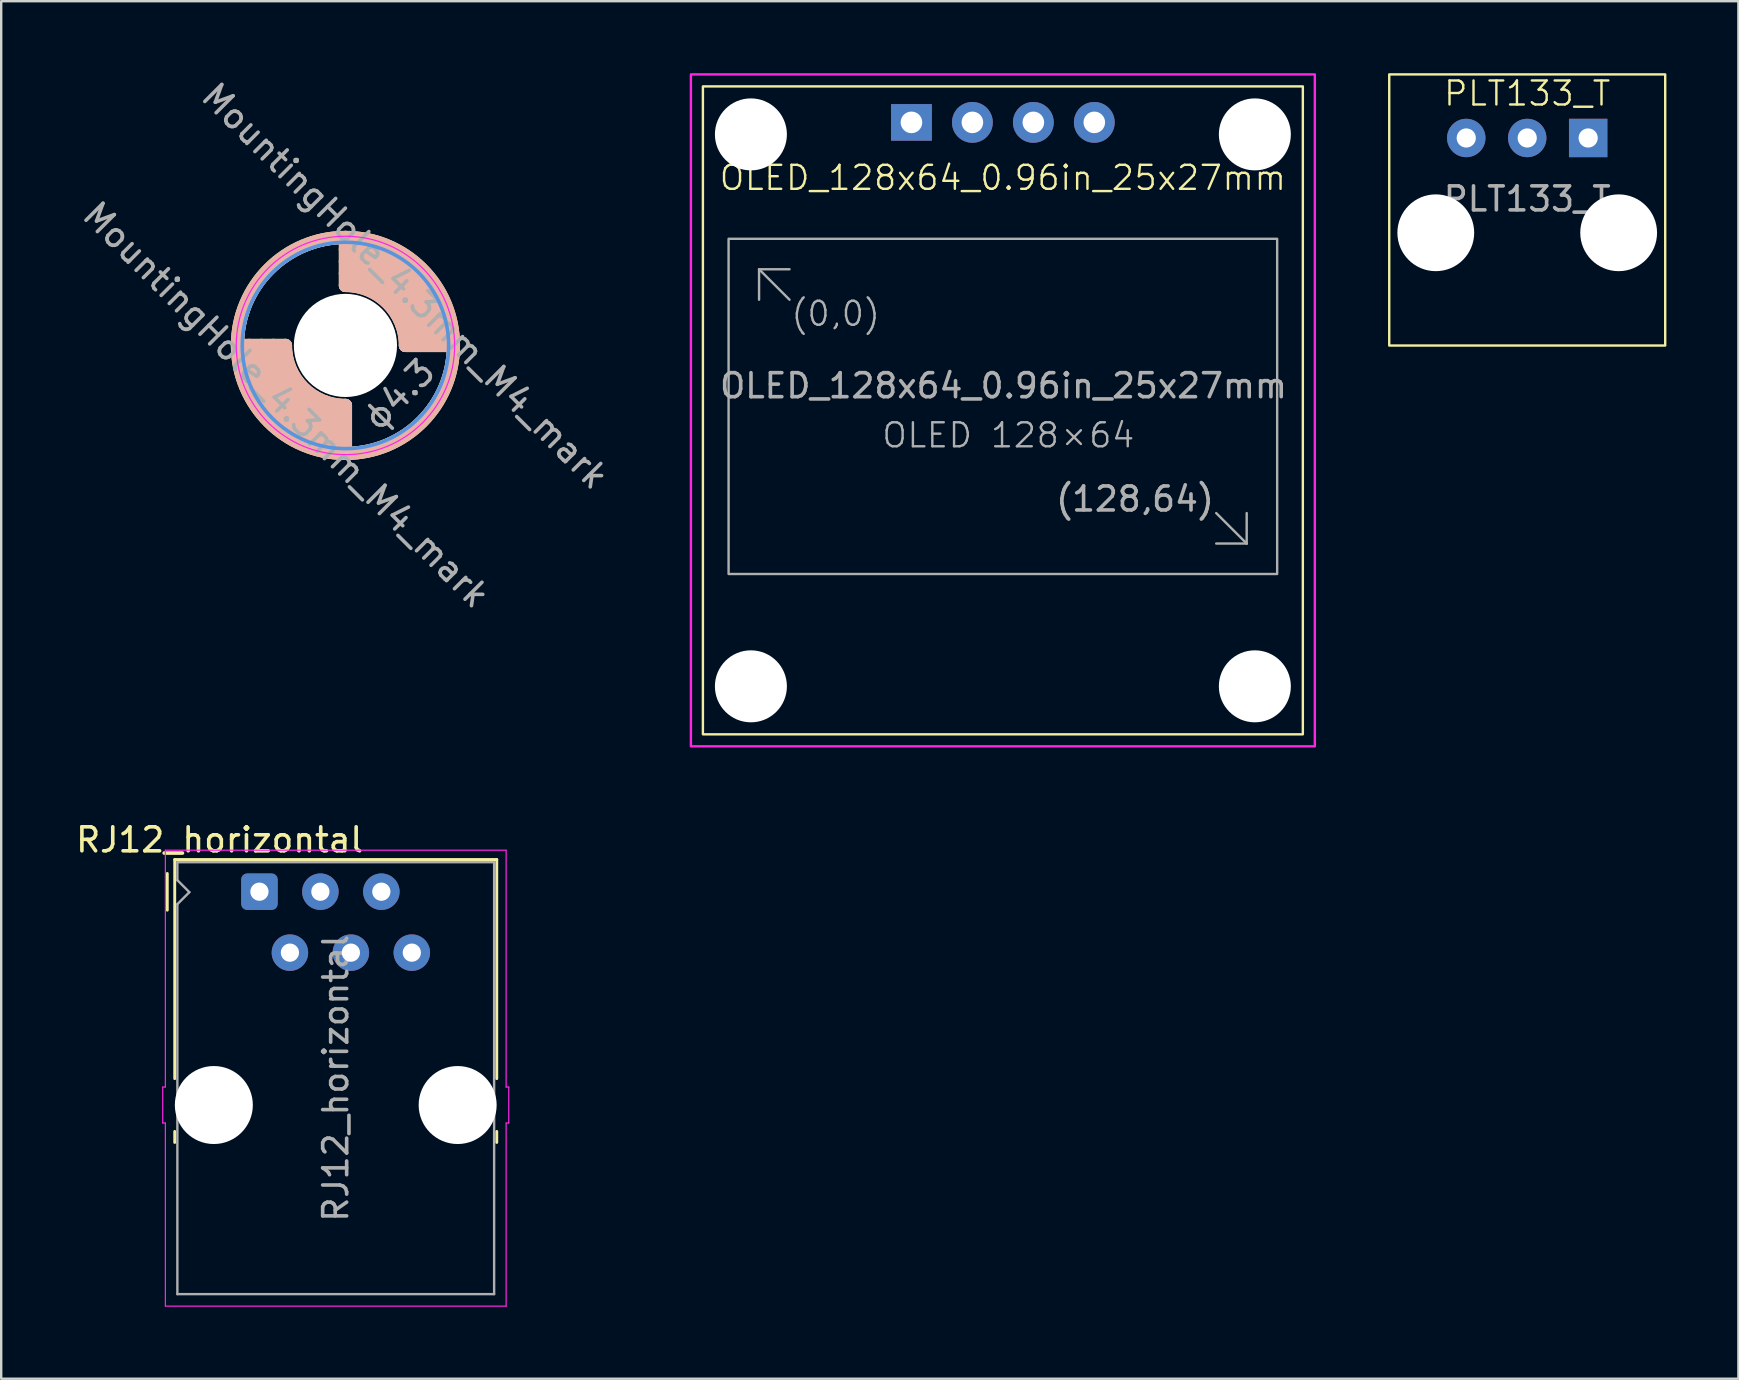
<source format=kicad_pcb>
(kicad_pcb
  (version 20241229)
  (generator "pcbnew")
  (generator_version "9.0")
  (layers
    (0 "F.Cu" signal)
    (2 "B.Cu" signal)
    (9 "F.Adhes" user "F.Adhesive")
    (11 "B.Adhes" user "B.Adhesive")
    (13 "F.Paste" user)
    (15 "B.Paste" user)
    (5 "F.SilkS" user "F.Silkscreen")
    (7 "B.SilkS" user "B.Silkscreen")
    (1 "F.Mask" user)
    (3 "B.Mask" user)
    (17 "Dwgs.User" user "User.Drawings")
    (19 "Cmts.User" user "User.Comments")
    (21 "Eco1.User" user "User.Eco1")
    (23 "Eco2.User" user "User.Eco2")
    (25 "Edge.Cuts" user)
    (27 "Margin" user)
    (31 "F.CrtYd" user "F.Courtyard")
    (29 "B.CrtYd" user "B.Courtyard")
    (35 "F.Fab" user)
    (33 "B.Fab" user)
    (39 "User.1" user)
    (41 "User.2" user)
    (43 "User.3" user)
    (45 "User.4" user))
  (footprint "RJ12_horizontal"
    (layer "F.Cu")
    (at 7.761 34.108)
    (property "Reference" "RJ12_horizontal" (at -1.66 -2.16 0) (layer "F.SilkS") (effects (font (size 1 1) (thickness 0.15))))
    (attr through_hole)
    (fp_line (start -3.84 0.77) (end -3.84 -0.76) (stroke (width 0.12) (type solid)) (layer "F.SilkS"))
    (fp_line (start -3.53 -1.34) (end 9.89 -1.34) (stroke (width 0.12) (type solid)) (layer "F.SilkS"))
    (fp_line (start -3.53 7.79) (end -3.53 -1.34) (stroke (width 0.12) (type solid)) (layer "F.SilkS"))
    (fp_line (start -3.53 10.45) (end -3.53 9.99) (stroke (width 0.12) (type solid)) (layer "F.SilkS"))
    (fp_line (start 9.89 -1.34) (end 9.89 7.79) (stroke (width 0.12) (type solid)) (layer "F.SilkS"))
    (fp_line (start 9.89 10.45) (end 9.89 9.99) (stroke (width 0.12) (type solid)) (layer "F.SilkS"))
    (fp_line (start -4.03 8.14) (end -4.03 9.64) (stroke (width 0.05) (type default)) (layer "F.CrtYd"))
    (fp_line (start -4.03 8.14) (end -3.92 8.14) (stroke (width 0.05) (type default)) (layer "F.CrtYd"))
    (fp_line (start -4.03 9.64) (end -3.92 9.64) (stroke (width 0.05) (type default)) (layer "F.CrtYd"))
    (fp_line (start -3.92 -1.73) (end -3.92 8.14) (stroke (width 0.05) (type solid)) (layer "F.CrtYd"))
    (fp_line (start -3.92 -1.73) (end 10.28 -1.73) (stroke (width 0.05) (type solid)) (layer "F.CrtYd"))
    (fp_line (start -3.92 9.64) (end -3.92 17.27) (stroke (width 0.05) (type solid)) (layer "F.CrtYd"))
    (fp_line (start 10.28 -1.73) (end 10.28 8.14) (stroke (width 0.05) (type solid)) (layer "F.CrtYd"))
    (fp_line (start 10.28 9.64) (end 10.28 17.27) (stroke (width 0.05) (type solid)) (layer "F.CrtYd"))
    (fp_line (start 10.28 17.27) (end -3.92 17.27) (stroke (width 0.05) (type solid)) (layer "F.CrtYd"))
    (fp_line (start 10.39 8.14) (end 10.28 8.14) (stroke (width 0.05) (type default)) (layer "F.CrtYd"))
    (fp_line (start 10.39 8.14) (end 10.39 9.64) (stroke (width 0.05) (type default)) (layer "F.CrtYd"))
    (fp_line (start 10.39 9.64) (end 10.28 9.64) (stroke (width 0.05) (type default)) (layer "F.CrtYd"))
    (fp_line (start -3.42 -1.23) (end 9.78 -1.23) (stroke (width 0.1) (type solid)) (layer "F.Fab"))
    (fp_line (start -3.42 -0.48) (end -3.42 -1.23) (stroke (width 0.1) (type solid)) (layer "F.Fab"))
    (fp_line (start -3.42 0.52) (end -2.92 0.02) (stroke (width 0.1) (type solid)) (layer "F.Fab"))
    (fp_line (start -3.42 16.77) (end -3.42 0.52) (stroke (width 0.1) (type solid)) (layer "F.Fab"))
    (fp_line (start -2.92 0.02) (end -3.42 -0.48) (stroke (width 0.1) (type solid)) (layer "F.Fab"))
    (fp_line (start 9.78 -1.23) (end 9.78 16.77) (stroke (width 0.1) (type solid)) (layer "F.Fab"))
    (fp_line (start 9.78 16.77) (end -3.42 16.77) (stroke (width 0.1) (type solid)) (layer "F.Fab"))
    (fp_text user "${REFERENCE}" (at 3.18 7.77 90) (layer "F.Fab") (effects (font (size 1 1) (thickness 0.15))))
    (pad "" np_thru_hole circle (at -1.9 8.89) (size 3.25 3.25) (drill 3.25) (layers "*.Cu" "*.Mask"))
    (pad "" np_thru_hole circle (at 8.26 8.89) (size 3.25 3.25) (drill 3.25) (layers "*.Cu" "*.Mask"))
    (pad "1" thru_hole roundrect (at 0 0) (size 1.52 1.52) (drill 0.76) (layers "*.Cu" "*.Mask") (roundrect_rratio 0.164))
    (pad "2" thru_hole circle (at 1.27 2.54) (size 1.52 1.52) (drill 0.76) (layers "*.Cu" "*.Mask"))
    (pad "3" thru_hole circle (at 2.54 0) (size 1.52 1.52) (drill 0.76) (layers "*.Cu" "*.Mask"))
    (pad "4" thru_hole circle (at 3.81 2.54) (size 1.52 1.52) (drill 0.76) (layers "*.Cu" "*.Mask"))
    (pad "5" thru_hole circle (at 5.08 0) (size 1.52 1.52) (drill 0.76) (layers "*.Cu" "*.Mask"))
    (pad "6" thru_hole circle (at 6.35 2.54) (size 1.52 1.52) (drill 0.76) (layers "*.Cu" "*.Mask")))
  (footprint "MountingHole_4.3mm_M4_mark"
    (layer "F.Cu")
    (at 11.395 11.345)
    (property "Reference" "MountingHole_4.3mm_M4_mark" (at 2.425 -2.475 135) (layer "F.Fab") (effects (font (size 1 1) (thickness 0.15))))
    (attr exclude_from_pos_files exclude_from_bom)
    (fp_line (start -2.55 0) (end -4.55 0) (stroke (width 0.55) (type solid)) (layer "F.SilkS"))
    (fp_line (start -0.05 -4.5) (end -0.05 -2.5) (stroke (width 0.55) (type solid)) (layer "F.SilkS"))
    (fp_line (start -0.05 2.5) (end -0.05 4.5) (stroke (width 0.55) (type solid)) (layer "F.SilkS"))
    (fp_line (start 4.45 0) (end 2.45 0) (stroke (width 0.55) (type solid)) (layer "F.SilkS"))
    (fp_arc (start -0.05 -4) (mid 2.778427 -2.828427) (end 3.95 0) (stroke (width 0.55) (type solid)) (layer "F.SilkS"))
    (fp_arc (start -0.05 -3.5) (mid 2.424874 -2.474874) (end 3.45 0) (stroke (width 0.55) (type solid)) (layer "F.SilkS"))
    (fp_arc (start -0.05 -3) (mid 2.07132 -2.12132) (end 2.95 0) (stroke (width 0.55) (type solid)) (layer "F.SilkS"))
    (fp_arc (start -0.05 -2.5) (mid 1.717767 -1.767767) (end 2.45 0) (stroke (width 0.55) (type solid)) (layer "F.SilkS"))
    (fp_arc (start -0.05 2.5) (mid -1.817767 1.767767) (end -2.55 0) (stroke (width 0.55) (type solid)) (layer "F.SilkS"))
    (fp_arc (start -0.05 3) (mid -2.17132 2.12132) (end -3.05 0) (stroke (width 0.55) (type solid)) (layer "F.SilkS"))
    (fp_arc (start -0.05 3.5) (mid -2.524874 2.474874) (end -3.55 0) (stroke (width 0.55) (type solid)) (layer "F.SilkS"))
    (fp_arc (start -0.05 4) (mid -2.878427 2.828427) (end -4.05 0) (stroke (width 0.55) (type solid)) (layer "F.SilkS"))
    (fp_circle (center -0.05 0) (end -0.05 4.5) (stroke (width 0.55) (type solid)) (fill no) (layer "F.SilkS"))
    (fp_line (start -2.55 0) (end -4.55 0) (stroke (width 0.55) (type solid)) (layer "B.SilkS"))
    (fp_line (start -0.05 -4.5) (end -0.05 -2.5) (stroke (width 0.55) (type solid)) (layer "B.SilkS"))
    (fp_line (start -0.05 2.5) (end -0.05 4.5) (stroke (width 0.55) (type solid)) (layer "B.SilkS"))
    (fp_line (start 4.45 0) (end 2.45 0) (stroke (width 0.55) (type solid)) (layer "B.SilkS"))
    (fp_arc (start -0.05 -4) (mid 2.778427 -2.828427) (end 3.95 0) (stroke (width 0.55) (type solid)) (layer "B.SilkS"))
    (fp_arc (start -0.05 -3.5) (mid 2.424874 -2.474874) (end 3.45 0) (stroke (width 0.55) (type solid)) (layer "B.SilkS"))
    (fp_arc (start -0.05 -3) (mid 2.07132 -2.12132) (end 2.95 0) (stroke (width 0.55) (type solid)) (layer "B.SilkS"))
    (fp_arc (start -0.05 -2.5) (mid 1.717767 -1.767767) (end 2.45 0) (stroke (width 0.55) (type solid)) (layer "B.SilkS"))
    (fp_arc (start -0.05 2.5) (mid -1.817767 1.767767) (end -2.55 0) (stroke (width 0.55) (type solid)) (layer "B.SilkS"))
    (fp_arc (start -0.05 3) (mid -2.17132 2.12132) (end -3.05 0) (stroke (width 0.55) (type solid)) (layer "B.SilkS"))
    (fp_arc (start -0.05 3.5) (mid -2.524874 2.474874) (end -3.55 0) (stroke (width 0.55) (type solid)) (layer "B.SilkS"))
    (fp_arc (start -0.05 4) (mid -2.878427 2.828427) (end -4.05 0) (stroke (width 0.55) (type solid)) (layer "B.SilkS"))
    (fp_circle (center -0.05 0) (end -0.05 4.5) (stroke (width 0.55) (type solid)) (fill no) (layer "B.SilkS"))
    (fp_circle (center -0.05 0) (end 4.25 0) (stroke (width 0.15) (type solid)) (fill no) (layer "Cmts.User"))
    (fp_circle (center -0.05 0) (end 4.5 0) (stroke (width 0.05) (type solid)) (fill no) (layer "F.CrtYd"))
    (fp_text user "${REFERENCE}" (at -2.525 2.475 135) (layer "F.Fab") (effects (font (size 1 1) (thickness 0.15))))
    (fp_text user "ϕ4.3" (at 2.188 2.048 45) (unlocked yes) (layer "F.Fab") (effects (font (size 1 1) (thickness 0.15))))
    (pad "" np_thru_hole circle (at -0.05 0) (size 4.3 4.3) (drill 4.3) (layers "*.Cu" "*.Mask")))
  (footprint "OLED_128x64_0.96in_25x27mm"
    (layer "F.Cu")
    (at 38.741 0.55)
    (property "Reference" "OLED_128x64_0.96in_25x27mm" (at 0 3.81 0) (unlocked yes) (layer "F.SilkS") (effects (font (size 1 1) (thickness 0.1))))
    (attr through_hole)
    (fp_rect (start -12.5 0) (end 12.5 27) (stroke (width 0.1) (type default)) (fill no) (layer "F.SilkS"))
    (fp_rect (start -13 -0.5) (end 13 27.5) (stroke (width 0.1) (type solid)) (fill no) (layer "F.CrtYd"))
    (fp_line (start -10.16 7.62) (end -10.16 8.89) (stroke (width 0.1) (type default)) (layer "F.Fab"))
    (fp_line (start -10.16 7.62) (end -8.89 7.62) (stroke (width 0.1) (type default)) (layer "F.Fab"))
    (fp_line (start -10.16 7.62) (end -8.89 8.89) (stroke (width 0.1) (type default)) (layer "F.Fab"))
    (fp_line (start 10.16 17.78) (end 10.16 19.05) (stroke (width 0.1) (type default)) (layer "F.Fab"))
    (fp_line (start 10.16 19.05) (end 8.89 17.78) (stroke (width 0.1) (type default)) (layer "F.Fab"))
    (fp_line (start 10.16 19.05) (end 8.89 19.05) (stroke (width 0.1) (type default)) (layer "F.Fab"))
    (fp_rect (start -11.43 6.35) (end 11.43 20.32) (stroke (width 0.1) (type default)) (fill no) (layer "F.Fab"))
    (fp_text user "OLED 128×64" (at 0.227 14.538 0) (unlocked yes) (layer "F.Fab") (effects (font (size 1 1) (thickness 0.1))))
    (fp_text user "${REFERENCE}" (at 0.027 12.475 0) (unlocked yes) (layer "F.Fab") (effects (font (size 1 1) (thickness 0.15))))
    (fp_text user "(0,0)" (at -8.89 8.89 0) (unlocked yes) (layer "F.Fab") (effects (font (size 1 1) (thickness 0.1)) (justify left top)))
    (fp_text user "(128,64)" (at 8.89 17.78 0) (unlocked yes) (layer "F.Fab") (effects (font (size 1 1) (thickness 0.15)) (justify right bottom)))
    (pad "" np_thru_hole circle (at -10.5 2) (size 3 3) (drill 3) (layers "*.Cu" "*.Mask"))
    (pad "" np_thru_hole circle (at -10.5 25) (size 3 3) (drill 3) (layers "*.Cu" "*.Mask"))
    (pad "" np_thru_hole circle (at 10.5 2) (size 3 3) (drill 3) (layers "*.Cu" "*.Mask"))
    (pad "" np_thru_hole circle (at 10.5 25) (size 3 3) (drill 3) (layers "*.Cu" "*.Mask"))
    (pad "1" thru_hole rect (at -3.81 1.5) (size 1.7 1.524) (drill 0.9) (layers "*.Cu" "*.Mask"))
    (pad "2" thru_hole circle (at -1.27 1.5) (size 1.7 1.7) (drill 0.9) (layers "*.Cu" "*.Mask"))
    (pad "3" thru_hole circle (at 1.27 1.5) (size 1.7 1.7) (drill 0.9) (layers "*.Cu" "*.Mask"))
    (pad "4" thru_hole circle (at 3.81 1.5) (size 1.7 1.7) (drill 0.9) (layers "*.Cu" "*.Mask")))
  (footprint "PLT133_T"
    (layer "F.Cu")
    (at 60.591 2.7)
    (property "Reference" "PLT133_T" (at 0 -1.855 0) (unlocked yes) (layer "F.SilkS") (effects (font (size 1 1) (thickness 0.1))))
    (attr through_hole)
    (fp_rect (start -5.75 8.65) (end 5.75 -2.65) (stroke (width 0.1) (type default)) (fill no) (layer "F.SilkS"))
    (fp_text user "${REFERENCE}" (at 0 2.54 0) (unlocked yes) (layer "F.Fab") (effects (font (size 1 1) (thickness 0.15))))
    (pad "" np_thru_hole circle (at -3.81 3.95) (size 3.2 3.2) (drill 3.2) (layers "*.Cu" "*.Mask"))
    (pad "" np_thru_hole circle (at 3.81 3.95) (size 3.2 3.2) (drill 3.2) (layers "*.Cu" "*.Mask"))
    (pad "1" thru_hole rect (at 2.54 0) (size 1.6 1.6) (drill 0.8) (layers "*.Cu" "*.Mask"))
    (pad "2" thru_hole circle (at 0 0) (size 1.6 1.6) (drill 0.8) (layers "*.Cu" "*.Mask"))
    (pad "3" thru_hole circle (at -2.54 0) (size 1.6 1.6) (drill 0.8) (layers "*.Cu" "*.Mask")))
  (gr_rect
    (start -3 -3)
    (end 69.391 54.403)
    (stroke (width 0.1) (type default))
    (fill no)
    (layer "Edge.Cuts")))
</source>
